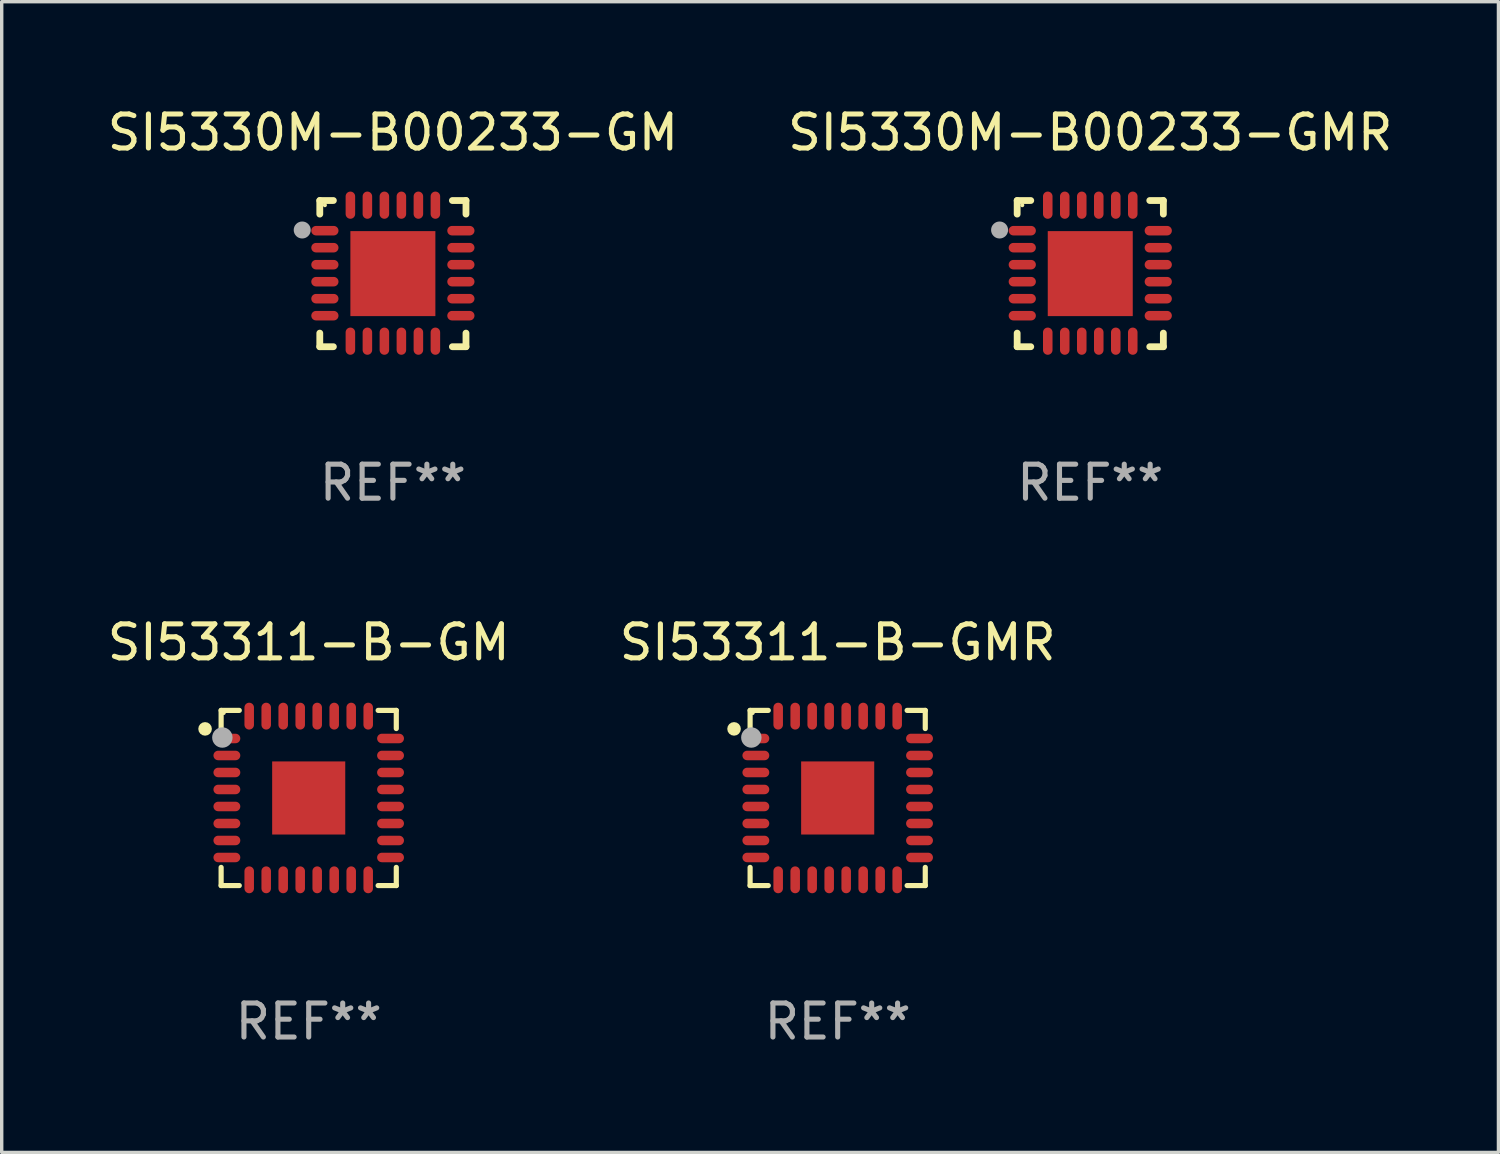
<source format=kicad_pcb>
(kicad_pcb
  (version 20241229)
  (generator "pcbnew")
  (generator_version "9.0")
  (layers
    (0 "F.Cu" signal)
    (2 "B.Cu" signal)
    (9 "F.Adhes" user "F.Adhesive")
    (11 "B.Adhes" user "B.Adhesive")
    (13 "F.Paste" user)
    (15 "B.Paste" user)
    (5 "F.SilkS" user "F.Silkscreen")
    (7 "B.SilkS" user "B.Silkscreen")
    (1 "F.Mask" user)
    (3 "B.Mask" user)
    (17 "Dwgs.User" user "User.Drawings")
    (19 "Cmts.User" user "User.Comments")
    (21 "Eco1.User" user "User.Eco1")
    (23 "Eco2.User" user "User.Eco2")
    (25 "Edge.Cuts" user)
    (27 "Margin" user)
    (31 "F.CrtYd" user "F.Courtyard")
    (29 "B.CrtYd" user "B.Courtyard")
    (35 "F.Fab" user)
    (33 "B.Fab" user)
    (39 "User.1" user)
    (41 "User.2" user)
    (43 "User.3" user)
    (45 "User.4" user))
  (footprint "SI53311-B-GM"
    (layer "F.Cu")
    (at 6.03 20.421)
    (property "Reference" "SI53311-B-GM" (at 0 -4.576 0) (layer "F.SilkS") (effects (font (size 1 1) (thickness 0.15))))
    (attr through_hole)
    (fp_line (start -2.576 -2.576) (end -2.042 -2.576) (stroke (width 0.152) (type solid)) (layer "F.SilkS"))
    (fp_line (start -2.576 -2.042) (end -2.576 -2.576) (stroke (width 0.152) (type solid)) (layer "F.SilkS"))
    (fp_line (start -2.576 2.042) (end -2.576 2.576) (stroke (width 0.152) (type solid)) (layer "F.SilkS"))
    (fp_line (start -2.576 2.576) (end -2.042 2.576) (stroke (width 0.152) (type solid)) (layer "F.SilkS"))
    (fp_line (start 2.576 -2.576) (end 2.042 -2.576) (stroke (width 0.152) (type solid)) (layer "F.SilkS"))
    (fp_line (start 2.576 -2.042) (end 2.576 -2.576) (stroke (width 0.152) (type solid)) (layer "F.SilkS"))
    (fp_line (start 2.576 2.042) (end 2.576 2.576) (stroke (width 0.152) (type solid)) (layer "F.SilkS"))
    (fp_line (start 2.576 2.576) (end 2.042 2.576) (stroke (width 0.152) (type solid)) (layer "F.SilkS"))
    (fp_circle (center -3.048 -2.032) (end -2.948 -2.032) (stroke (width 0.2) (type solid)) (fill no) (layer "F.SilkS"))
    (fp_circle (center -2.5 -2.5) (end -2.47 -2.5) (stroke (width 0.06) (type solid)) (fill no) (layer "F.SilkS"))
    (fp_circle (center -2.54 -1.778) (end -2.39 -1.778) (stroke (width 0.3) (type solid)) (fill no) (layer "F.Fab"))
    (fp_text user "REF**" (at 0 6.576 0) (layer "F.Fab") (effects (font (size 1 1) (thickness 0.15))))
    (pad "1" smd oval (at -2.407 -1.75) (size 0.79 0.28) (layers "F.Cu" "F.Mask" "F.Paste"))
    (pad "2" smd oval (at -2.407 -1.25) (size 0.79 0.28) (layers "F.Cu" "F.Mask" "F.Paste"))
    (pad "3" smd oval (at -2.407 -0.75) (size 0.79 0.28) (layers "F.Cu" "F.Mask" "F.Paste"))
    (pad "4" smd oval (at -2.407 -0.25) (size 0.79 0.28) (layers "F.Cu" "F.Mask" "F.Paste"))
    (pad "5" smd oval (at -2.407 0.25) (size 0.79 0.28) (layers "F.Cu" "F.Mask" "F.Paste"))
    (pad "6" smd oval (at -2.407 0.75) (size 0.79 0.28) (layers "F.Cu" "F.Mask" "F.Paste"))
    (pad "7" smd oval (at -2.407 1.25) (size 0.79 0.28) (layers "F.Cu" "F.Mask" "F.Paste"))
    (pad "8" smd oval (at -2.407 1.75) (size 0.79 0.28) (layers "F.Cu" "F.Mask" "F.Paste"))
    (pad "9" smd oval (at -1.75 2.407) (size 0.28 0.79) (layers "F.Cu" "F.Mask" "F.Paste"))
    (pad "10" smd oval (at -1.25 2.407) (size 0.28 0.79) (layers "F.Cu" "F.Mask" "F.Paste"))
    (pad "11" smd oval (at -0.75 2.407) (size 0.28 0.79) (layers "F.Cu" "F.Mask" "F.Paste"))
    (pad "12" smd oval (at -0.25 2.407) (size 0.28 0.79) (layers "F.Cu" "F.Mask" "F.Paste"))
    (pad "13" smd oval (at 0.25 2.407) (size 0.28 0.79) (layers "F.Cu" "F.Mask" "F.Paste"))
    (pad "14" smd oval (at 0.75 2.407) (size 0.28 0.79) (layers "F.Cu" "F.Mask" "F.Paste"))
    (pad "15" smd oval (at 1.25 2.407) (size 0.28 0.79) (layers "F.Cu" "F.Mask" "F.Paste"))
    (pad "16" smd oval (at 1.75 2.407) (size 0.28 0.79) (layers "F.Cu" "F.Mask" "F.Paste"))
    (pad "17" smd oval (at 2.407 1.75) (size 0.79 0.28) (layers "F.Cu" "F.Mask" "F.Paste"))
    (pad "18" smd oval (at 2.407 1.25) (size 0.79 0.28) (layers "F.Cu" "F.Mask" "F.Paste"))
    (pad "19" smd oval (at 2.407 0.75) (size 0.79 0.28) (layers "F.Cu" "F.Mask" "F.Paste"))
    (pad "20" smd oval (at 2.407 0.25) (size 0.79 0.28) (layers "F.Cu" "F.Mask" "F.Paste"))
    (pad "21" smd oval (at 2.407 -0.25) (size 0.79 0.28) (layers "F.Cu" "F.Mask" "F.Paste"))
    (pad "22" smd oval (at 2.407 -0.75) (size 0.79 0.28) (layers "F.Cu" "F.Mask" "F.Paste"))
    (pad "23" smd oval (at 2.407 -1.25) (size 0.79 0.28) (layers "F.Cu" "F.Mask" "F.Paste"))
    (pad "24" smd oval (at 2.407 -1.75) (size 0.79 0.28) (layers "F.Cu" "F.Mask" "F.Paste"))
    (pad "25" smd oval (at 1.75 -2.407) (size 0.28 0.79) (layers "F.Cu" "F.Mask" "F.Paste"))
    (pad "26" smd oval (at 1.25 -2.407) (size 0.28 0.79) (layers "F.Cu" "F.Mask" "F.Paste"))
    (pad "27" smd oval (at 0.75 -2.407) (size 0.28 0.79) (layers "F.Cu" "F.Mask" "F.Paste"))
    (pad "28" smd oval (at 0.25 -2.407) (size 0.28 0.79) (layers "F.Cu" "F.Mask" "F.Paste"))
    (pad "29" smd oval (at -0.25 -2.407) (size 0.28 0.79) (layers "F.Cu" "F.Mask" "F.Paste"))
    (pad "30" smd oval (at -0.75 -2.407) (size 0.28 0.79) (layers "F.Cu" "F.Mask" "F.Paste"))
    (pad "31" smd oval (at -1.25 -2.407) (size 0.28 0.79) (layers "F.Cu" "F.Mask" "F.Paste"))
    (pad "32" smd oval (at -1.75 -2.407) (size 0.28 0.79) (layers "F.Cu" "F.Mask" "F.Paste"))
    (pad "33" smd rect (at -0.000013 0.000013) (size 2.15 2.15) (layers "F.Cu" "F.Mask" "F.Paste")))
  (footprint "SI53311-B-GMR"
    (layer "F.Cu")
    (at 21.589 20.421)
    (property "Reference" "SI53311-B-GMR" (at 0 -4.576 0) (layer "F.SilkS") (effects (font (size 1 1) (thickness 0.15))))
    (attr through_hole)
    (fp_line (start -2.576 -2.576) (end -2.042 -2.576) (stroke (width 0.152) (type solid)) (layer "F.SilkS"))
    (fp_line (start -2.576 -2.042) (end -2.576 -2.576) (stroke (width 0.152) (type solid)) (layer "F.SilkS"))
    (fp_line (start -2.576 2.042) (end -2.576 2.576) (stroke (width 0.152) (type solid)) (layer "F.SilkS"))
    (fp_line (start -2.576 2.576) (end -2.042 2.576) (stroke (width 0.152) (type solid)) (layer "F.SilkS"))
    (fp_line (start 2.576 -2.576) (end 2.042 -2.576) (stroke (width 0.152) (type solid)) (layer "F.SilkS"))
    (fp_line (start 2.576 -2.042) (end 2.576 -2.576) (stroke (width 0.152) (type solid)) (layer "F.SilkS"))
    (fp_line (start 2.576 2.042) (end 2.576 2.576) (stroke (width 0.152) (type solid)) (layer "F.SilkS"))
    (fp_line (start 2.576 2.576) (end 2.042 2.576) (stroke (width 0.152) (type solid)) (layer "F.SilkS"))
    (fp_circle (center -3.048 -2.032) (end -2.948 -2.032) (stroke (width 0.2) (type solid)) (fill no) (layer "F.SilkS"))
    (fp_circle (center -2.5 -2.5) (end -2.47 -2.5) (stroke (width 0.06) (type solid)) (fill no) (layer "F.SilkS"))
    (fp_circle (center -2.54 -1.778) (end -2.39 -1.778) (stroke (width 0.3) (type solid)) (fill no) (layer "F.Fab"))
    (fp_text user "REF**" (at 0 6.576 0) (layer "F.Fab") (effects (font (size 1 1) (thickness 0.15))))
    (pad "1" smd oval (at -2.407 -1.75) (size 0.79 0.28) (layers "F.Cu" "F.Mask" "F.Paste"))
    (pad "2" smd oval (at -2.407 -1.25) (size 0.79 0.28) (layers "F.Cu" "F.Mask" "F.Paste"))
    (pad "3" smd oval (at -2.407 -0.75) (size 0.79 0.28) (layers "F.Cu" "F.Mask" "F.Paste"))
    (pad "4" smd oval (at -2.407 -0.25) (size 0.79 0.28) (layers "F.Cu" "F.Mask" "F.Paste"))
    (pad "5" smd oval (at -2.407 0.25) (size 0.79 0.28) (layers "F.Cu" "F.Mask" "F.Paste"))
    (pad "6" smd oval (at -2.407 0.75) (size 0.79 0.28) (layers "F.Cu" "F.Mask" "F.Paste"))
    (pad "7" smd oval (at -2.407 1.25) (size 0.79 0.28) (layers "F.Cu" "F.Mask" "F.Paste"))
    (pad "8" smd oval (at -2.407 1.75) (size 0.79 0.28) (layers "F.Cu" "F.Mask" "F.Paste"))
    (pad "9" smd oval (at -1.75 2.407) (size 0.28 0.79) (layers "F.Cu" "F.Mask" "F.Paste"))
    (pad "10" smd oval (at -1.25 2.407) (size 0.28 0.79) (layers "F.Cu" "F.Mask" "F.Paste"))
    (pad "11" smd oval (at -0.75 2.407) (size 0.28 0.79) (layers "F.Cu" "F.Mask" "F.Paste"))
    (pad "12" smd oval (at -0.25 2.407) (size 0.28 0.79) (layers "F.Cu" "F.Mask" "F.Paste"))
    (pad "13" smd oval (at 0.25 2.407) (size 0.28 0.79) (layers "F.Cu" "F.Mask" "F.Paste"))
    (pad "14" smd oval (at 0.75 2.407) (size 0.28 0.79) (layers "F.Cu" "F.Mask" "F.Paste"))
    (pad "15" smd oval (at 1.25 2.407) (size 0.28 0.79) (layers "F.Cu" "F.Mask" "F.Paste"))
    (pad "16" smd oval (at 1.75 2.407) (size 0.28 0.79) (layers "F.Cu" "F.Mask" "F.Paste"))
    (pad "17" smd oval (at 2.407 1.75) (size 0.79 0.28) (layers "F.Cu" "F.Mask" "F.Paste"))
    (pad "18" smd oval (at 2.407 1.25) (size 0.79 0.28) (layers "F.Cu" "F.Mask" "F.Paste"))
    (pad "19" smd oval (at 2.407 0.75) (size 0.79 0.28) (layers "F.Cu" "F.Mask" "F.Paste"))
    (pad "20" smd oval (at 2.407 0.25) (size 0.79 0.28) (layers "F.Cu" "F.Mask" "F.Paste"))
    (pad "21" smd oval (at 2.407 -0.25) (size 0.79 0.28) (layers "F.Cu" "F.Mask" "F.Paste"))
    (pad "22" smd oval (at 2.407 -0.75) (size 0.79 0.28) (layers "F.Cu" "F.Mask" "F.Paste"))
    (pad "23" smd oval (at 2.407 -1.25) (size 0.79 0.28) (layers "F.Cu" "F.Mask" "F.Paste"))
    (pad "24" smd oval (at 2.407 -1.75) (size 0.79 0.28) (layers "F.Cu" "F.Mask" "F.Paste"))
    (pad "25" smd oval (at 1.75 -2.407) (size 0.28 0.79) (layers "F.Cu" "F.Mask" "F.Paste"))
    (pad "26" smd oval (at 1.25 -2.407) (size 0.28 0.79) (layers "F.Cu" "F.Mask" "F.Paste"))
    (pad "27" smd oval (at 0.75 -2.407) (size 0.28 0.79) (layers "F.Cu" "F.Mask" "F.Paste"))
    (pad "28" smd oval (at 0.25 -2.407) (size 0.28 0.79) (layers "F.Cu" "F.Mask" "F.Paste"))
    (pad "29" smd oval (at -0.25 -2.407) (size 0.28 0.79) (layers "F.Cu" "F.Mask" "F.Paste"))
    (pad "30" smd oval (at -0.75 -2.407) (size 0.28 0.79) (layers "F.Cu" "F.Mask" "F.Paste"))
    (pad "31" smd oval (at -1.25 -2.407) (size 0.28 0.79) (layers "F.Cu" "F.Mask" "F.Paste"))
    (pad "32" smd oval (at -1.75 -2.407) (size 0.28 0.79) (layers "F.Cu" "F.Mask" "F.Paste"))
    (pad "33" smd rect (at -0.000013 0.000013) (size 2.15 2.15) (layers "F.Cu" "F.Mask" "F.Paste")))
  (footprint "SI5330M-B00233-GMR"
    (layer "F.Cu")
    (at 29.018 4.998)
    (property "Reference" "SI5330M-B00233-GMR" (at 0 -4.15 0) (layer "F.SilkS") (effects (font (size 1 1) (thickness 0.15))))
    (attr through_hole)
    (fp_line (start -2.15 -2.15) (end -1.75 -2.15) (stroke (width 0.2) (type solid)) (layer "F.SilkS"))
    (fp_line (start -2.15 -1.75) (end -2.15 -2.15) (stroke (width 0.2) (type solid)) (layer "F.SilkS"))
    (fp_line (start -2.15 2.15) (end -2.15 1.75) (stroke (width 0.2) (type solid)) (layer "F.SilkS"))
    (fp_line (start -1.75 2.15) (end -2.15 2.15) (stroke (width 0.2) (type solid)) (layer "F.SilkS"))
    (fp_line (start 1.75 -2.15) (end 2.15 -2.15) (stroke (width 0.2) (type solid)) (layer "F.SilkS"))
    (fp_line (start 1.75 2.15) (end 2.15 2.15) (stroke (width 0.2) (type solid)) (layer "F.SilkS"))
    (fp_line (start 2.15 -2.15) (end 2.15 -1.75) (stroke (width 0.2) (type solid)) (layer "F.SilkS"))
    (fp_line (start 2.15 2.15) (end 2.15 1.75) (stroke (width 0.2) (type solid)) (layer "F.SilkS"))
    (fp_circle (center -2 -2.013) (end -1.97 -2.013) (stroke (width 0.06) (type solid)) (fill no) (layer "F.SilkS"))
    (fp_circle (center -2.667 -1.283) (end -2.542 -1.283) (stroke (width 0.25) (type solid)) (fill no) (layer "F.Fab"))
    (fp_text user "REF**" (at 0 6.15 0) (layer "F.Fab") (effects (font (size 1 1) (thickness 0.15))))
    (pad "1" smd oval (at -2 -1.263) (size 0.8 0.28) (layers "F.Cu" "F.Mask" "F.Paste"))
    (pad "2" smd oval (at -2 -0.763) (size 0.8 0.28) (layers "F.Cu" "F.Mask" "F.Paste"))
    (pad "3" smd oval (at -2 -0.263) (size 0.8 0.28) (layers "F.Cu" "F.Mask" "F.Paste"))
    (pad "4" smd oval (at -2 0.237) (size 0.8 0.28) (layers "F.Cu" "F.Mask" "F.Paste"))
    (pad "5" smd oval (at -2 0.737) (size 0.8 0.28) (layers "F.Cu" "F.Mask" "F.Paste"))
    (pad "6" smd oval (at -2 1.237) (size 0.8 0.28) (layers "F.Cu" "F.Mask" "F.Paste"))
    (pad "7" smd oval (at -1.25 1.987) (size 0.28 0.8) (layers "F.Cu" "F.Mask" "F.Paste"))
    (pad "8" smd oval (at -0.75 1.987) (size 0.28 0.8) (layers "F.Cu" "F.Mask" "F.Paste"))
    (pad "9" smd oval (at -0.25 1.987) (size 0.28 0.8) (layers "F.Cu" "F.Mask" "F.Paste"))
    (pad "10" smd oval (at 0.25 1.987) (size 0.28 0.8) (layers "F.Cu" "F.Mask" "F.Paste"))
    (pad "11" smd oval (at 0.75 1.987) (size 0.28 0.8) (layers "F.Cu" "F.Mask" "F.Paste"))
    (pad "12" smd oval (at 1.25 1.987) (size 0.28 0.8) (layers "F.Cu" "F.Mask" "F.Paste"))
    (pad "13" smd oval (at 2 1.237) (size 0.8 0.28) (layers "F.Cu" "F.Mask" "F.Paste"))
    (pad "14" smd oval (at 2 0.737) (size 0.8 0.28) (layers "F.Cu" "F.Mask" "F.Paste"))
    (pad "15" smd oval (at 2 0.237) (size 0.8 0.28) (layers "F.Cu" "F.Mask" "F.Paste"))
    (pad "16" smd oval (at 2 -0.263) (size 0.8 0.28) (layers "F.Cu" "F.Mask" "F.Paste"))
    (pad "17" smd oval (at 2 -0.763) (size 0.8 0.28) (layers "F.Cu" "F.Mask" "F.Paste"))
    (pad "18" smd oval (at 2 -1.263) (size 0.8 0.28) (layers "F.Cu" "F.Mask" "F.Paste"))
    (pad "19" smd oval (at 1.25 -2.013) (size 0.28 0.8) (layers "F.Cu" "F.Mask" "F.Paste"))
    (pad "20" smd oval (at 0.75 -2.013) (size 0.28 0.8) (layers "F.Cu" "F.Mask" "F.Paste"))
    (pad "21" smd oval (at 0.25 -2.013) (size 0.28 0.8) (layers "F.Cu" "F.Mask" "F.Paste"))
    (pad "22" smd oval (at -0.25 -2.013) (size 0.28 0.8) (layers "F.Cu" "F.Mask" "F.Paste"))
    (pad "23" smd oval (at -0.75 -2.013) (size 0.28 0.8) (layers "F.Cu" "F.Mask" "F.Paste"))
    (pad "24" smd oval (at -1.25 -2.013) (size 0.28 0.8) (layers "F.Cu" "F.Mask" "F.Paste"))
    (pad "25" smd rect (at -0.000127 -0.00014) (size 2.5 2.5) (layers "F.Cu" "F.Mask" "F.Paste")))
  (footprint "SI5330M-B00233-GM"
    (layer "F.Cu")
    (at 8.506 4.998)
    (property "Reference" "SI5330M-B00233-GM" (at 0 -4.15 0) (layer "F.SilkS") (effects (font (size 1 1) (thickness 0.15))))
    (attr through_hole)
    (fp_line (start -2.15 -2.15) (end -1.75 -2.15) (stroke (width 0.2) (type solid)) (layer "F.SilkS"))
    (fp_line (start -2.15 -1.75) (end -2.15 -2.15) (stroke (width 0.2) (type solid)) (layer "F.SilkS"))
    (fp_line (start -2.15 2.15) (end -2.15 1.75) (stroke (width 0.2) (type solid)) (layer "F.SilkS"))
    (fp_line (start -1.75 2.15) (end -2.15 2.15) (stroke (width 0.2) (type solid)) (layer "F.SilkS"))
    (fp_line (start 1.75 -2.15) (end 2.15 -2.15) (stroke (width 0.2) (type solid)) (layer "F.SilkS"))
    (fp_line (start 1.75 2.15) (end 2.15 2.15) (stroke (width 0.2) (type solid)) (layer "F.SilkS"))
    (fp_line (start 2.15 -2.15) (end 2.15 -1.75) (stroke (width 0.2) (type solid)) (layer "F.SilkS"))
    (fp_line (start 2.15 2.15) (end 2.15 1.75) (stroke (width 0.2) (type solid)) (layer "F.SilkS"))
    (fp_circle (center -2 -2.013) (end -1.97 -2.013) (stroke (width 0.06) (type solid)) (fill no) (layer "F.SilkS"))
    (fp_circle (center -2.667 -1.283) (end -2.542 -1.283) (stroke (width 0.25) (type solid)) (fill no) (layer "F.Fab"))
    (fp_text user "REF**" (at 0 6.15 0) (layer "F.Fab") (effects (font (size 1 1) (thickness 0.15))))
    (pad "1" smd oval (at -2 -1.263) (size 0.8 0.28) (layers "F.Cu" "F.Mask" "F.Paste"))
    (pad "2" smd oval (at -2 -0.763) (size 0.8 0.28) (layers "F.Cu" "F.Mask" "F.Paste"))
    (pad "3" smd oval (at -2 -0.263) (size 0.8 0.28) (layers "F.Cu" "F.Mask" "F.Paste"))
    (pad "4" smd oval (at -2 0.237) (size 0.8 0.28) (layers "F.Cu" "F.Mask" "F.Paste"))
    (pad "5" smd oval (at -2 0.737) (size 0.8 0.28) (layers "F.Cu" "F.Mask" "F.Paste"))
    (pad "6" smd oval (at -2 1.237) (size 0.8 0.28) (layers "F.Cu" "F.Mask" "F.Paste"))
    (pad "7" smd oval (at -1.25 1.987) (size 0.28 0.8) (layers "F.Cu" "F.Mask" "F.Paste"))
    (pad "8" smd oval (at -0.75 1.987) (size 0.28 0.8) (layers "F.Cu" "F.Mask" "F.Paste"))
    (pad "9" smd oval (at -0.25 1.987) (size 0.28 0.8) (layers "F.Cu" "F.Mask" "F.Paste"))
    (pad "10" smd oval (at 0.25 1.987) (size 0.28 0.8) (layers "F.Cu" "F.Mask" "F.Paste"))
    (pad "11" smd oval (at 0.75 1.987) (size 0.28 0.8) (layers "F.Cu" "F.Mask" "F.Paste"))
    (pad "12" smd oval (at 1.25 1.987) (size 0.28 0.8) (layers "F.Cu" "F.Mask" "F.Paste"))
    (pad "13" smd oval (at 2 1.237) (size 0.8 0.28) (layers "F.Cu" "F.Mask" "F.Paste"))
    (pad "14" smd oval (at 2 0.737) (size 0.8 0.28) (layers "F.Cu" "F.Mask" "F.Paste"))
    (pad "15" smd oval (at 2 0.237) (size 0.8 0.28) (layers "F.Cu" "F.Mask" "F.Paste"))
    (pad "16" smd oval (at 2 -0.263) (size 0.8 0.28) (layers "F.Cu" "F.Mask" "F.Paste"))
    (pad "17" smd oval (at 2 -0.763) (size 0.8 0.28) (layers "F.Cu" "F.Mask" "F.Paste"))
    (pad "18" smd oval (at 2 -1.263) (size 0.8 0.28) (layers "F.Cu" "F.Mask" "F.Paste"))
    (pad "19" smd oval (at 1.25 -2.013) (size 0.28 0.8) (layers "F.Cu" "F.Mask" "F.Paste"))
    (pad "20" smd oval (at 0.75 -2.013) (size 0.28 0.8) (layers "F.Cu" "F.Mask" "F.Paste"))
    (pad "21" smd oval (at 0.25 -2.013) (size 0.28 0.8) (layers "F.Cu" "F.Mask" "F.Paste"))
    (pad "22" smd oval (at -0.25 -2.013) (size 0.28 0.8) (layers "F.Cu" "F.Mask" "F.Paste"))
    (pad "23" smd oval (at -0.75 -2.013) (size 0.28 0.8) (layers "F.Cu" "F.Mask" "F.Paste"))
    (pad "24" smd oval (at -1.25 -2.013) (size 0.28 0.8) (layers "F.Cu" "F.Mask" "F.Paste"))
    (pad "25" smd rect (at -0.000127 -0.00014) (size 2.5 2.5) (layers "F.Cu" "F.Mask" "F.Paste")))
  (gr_rect
    (start -3 -3)
    (end 41.024 30.846)
    (stroke (width 0.1) (type default))
    (fill no)
    (layer "Edge.Cuts")))
</source>
